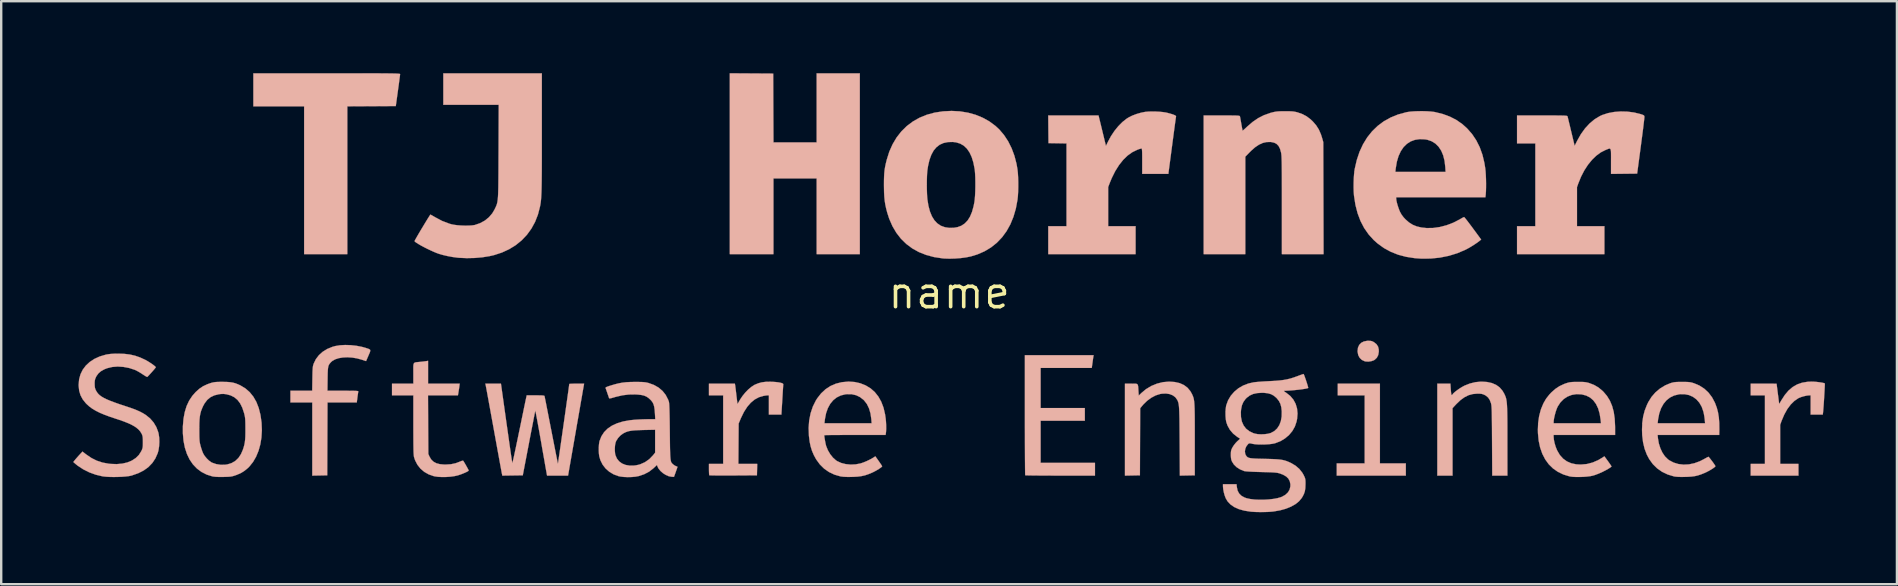
<source format=kicad_pcb>
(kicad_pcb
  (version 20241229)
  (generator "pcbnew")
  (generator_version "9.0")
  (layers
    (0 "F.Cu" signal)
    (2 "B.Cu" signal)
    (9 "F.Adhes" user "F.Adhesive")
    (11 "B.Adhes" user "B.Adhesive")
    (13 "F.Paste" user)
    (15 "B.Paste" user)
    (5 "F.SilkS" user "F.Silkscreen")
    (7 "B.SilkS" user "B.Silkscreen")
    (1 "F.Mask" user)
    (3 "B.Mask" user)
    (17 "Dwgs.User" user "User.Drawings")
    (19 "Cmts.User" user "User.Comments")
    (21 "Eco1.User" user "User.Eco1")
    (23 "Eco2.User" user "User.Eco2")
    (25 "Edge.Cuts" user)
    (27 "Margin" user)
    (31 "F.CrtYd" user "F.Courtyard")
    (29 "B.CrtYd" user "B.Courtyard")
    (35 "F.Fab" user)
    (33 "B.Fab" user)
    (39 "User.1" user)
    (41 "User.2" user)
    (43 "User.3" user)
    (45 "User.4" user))
  (footprint "name"
    (layer "F.Cu")
    (at 36.506 9.149)
    (property "Reference" "name" (at 0 0 0) (layer "F.SilkS") (effects (font (size 1.27 1.27) (thickness 0.15))))
    (attr through_hole)
    (fp_poly (pts (xy 17.949 7.112) (xy 19.029 7.112) (xy 19.029 7.62) (xy 16.15 7.62) (xy 16.15 7.112) (xy 17.314 7.112) (xy 17.314 4.276) (xy 16.192 4.276) (xy 16.192 3.789) (xy 17.949 3.789) (xy 17.949 7.112)) (stroke (width 0.01) (type solid)) (fill yes) (layer "B.SilkS"))
    (fp_poly (pts (xy -7.334 -9.133) (xy -7.329 -7.699) (xy -7.323 -6.265) (xy -5.524 -6.265) (xy -5.524 -9.144) (xy -3.725 -9.144) (xy -3.725 -1.609) (xy -5.524 -1.609) (xy -5.524 -4.763) (xy -7.324 -4.763) (xy -7.324 -1.609) (xy -9.144 -1.609) (xy -9.144 -9.144) (xy -7.334 -9.133)) (stroke (width 0.01) (type solid)) (fill yes) (layer "B.SilkS"))
    (fp_poly (pts (xy 17.552 2.006) (xy 17.616 2.018) (xy 17.676 2.046) (xy 17.707 2.065) (xy 17.808 2.146) (xy 17.872 2.245) (xy 17.901 2.365) (xy 17.903 2.458) (xy 17.879 2.597) (xy 17.822 2.708) (xy 17.734 2.792) (xy 17.693 2.817) (xy 17.588 2.853) (xy 17.469 2.87) (xy 17.356 2.864) (xy 17.314 2.855) (xy 17.196 2.799) (xy 17.106 2.713) (xy 17.046 2.601) (xy 17.02 2.465) (xy 17.018 2.428) (xy 17.035 2.289) (xy 17.086 2.176) (xy 17.167 2.089) (xy 17.279 2.031) (xy 17.417 2.004) (xy 17.466 2.003) (xy 17.552 2.006)) (stroke (width 0.01) (type solid)) (fill yes) (layer "B.SilkS"))
    (fp_poly (pts (xy -25.519 -9.144) (xy -25.139 -9.144) (xy -24.797 -9.144) (xy -24.491 -9.144) (xy -24.22 -9.143) (xy -23.981 -9.143) (xy -23.772 -9.142) (xy -23.591 -9.141) (xy -23.436 -9.14) (xy -23.306 -9.138) (xy -23.197 -9.137) (xy -23.109 -9.135) (xy -23.039 -9.133) (xy -22.984 -9.13) (xy -22.944 -9.127) (xy -22.916 -9.123) (xy -22.898 -9.12) (xy -22.888 -9.115) (xy -22.883 -9.111) (xy -22.883 -9.107) (xy -22.886 -9.077) (xy -22.894 -9.011) (xy -22.907 -8.914) (xy -22.923 -8.792) (xy -22.942 -8.649) (xy -22.964 -8.491) (xy -22.973 -8.424) (xy -23.062 -7.779) (xy -24.072 -7.773) (xy -25.082 -7.768) (xy -25.082 -1.609) (xy -26.882 -1.609) (xy -26.882 -7.768) (xy -28.998 -7.768) (xy -28.998 -9.144) (xy -25.94 -9.144) (xy -25.519 -9.144)) (stroke (width 0.01) (type solid)) (fill yes) (layer "B.SilkS"))
    (fp_poly (pts (xy 6.005 2.683) (xy 5.996 2.741) (xy 5.984 2.826) (xy 5.971 2.921) (xy 5.967 2.947) (xy 5.941 3.133) (xy 3.81 3.133) (xy 3.81 4.805) (xy 5.652 4.805) (xy 5.652 5.334) (xy 3.81 5.334) (xy 3.81 7.091) (xy 6.075 7.091) (xy 6.075 7.62) (xy 4.628 7.62) (xy 4.385 7.62) (xy 4.154 7.619) (xy 3.938 7.618) (xy 3.743 7.617) (xy 3.57 7.616) (xy 3.423 7.614) (xy 3.307 7.612) (xy 3.223 7.61) (xy 3.177 7.607) (xy 3.168 7.606) (xy 3.166 7.583) (xy 3.164 7.521) (xy 3.163 7.422) (xy 3.161 7.288) (xy 3.16 7.122) (xy 3.158 6.927) (xy 3.157 6.706) (xy 3.156 6.461) (xy 3.155 6.194) (xy 3.155 5.909) (xy 3.154 5.608) (xy 3.154 5.293) (xy 3.154 5.098) (xy 3.154 2.603) (xy 6.017 2.603) (xy 6.005 2.683)) (stroke (width 0.01) (type solid)) (fill yes) (layer "B.SilkS"))
    (fp_poly (pts (xy -24.938 2.185) (xy -24.702 2.211) (xy -24.474 2.255) (xy -24.327 2.296) (xy -24.231 2.327) (xy -24.167 2.352) (xy -24.133 2.379) (xy -24.125 2.416) (xy -24.139 2.472) (xy -24.173 2.554) (xy -24.201 2.618) (xy -24.301 2.849) (xy -24.475 2.791) (xy -24.677 2.736) (xy -24.88 2.702) (xy -25.079 2.69) (xy -25.267 2.698) (xy -25.438 2.727) (xy -25.587 2.775) (xy -25.707 2.843) (xy -25.763 2.893) (xy -25.803 2.938) (xy -25.835 2.98) (xy -25.859 3.025) (xy -25.876 3.079) (xy -25.887 3.148) (xy -25.895 3.238) (xy -25.9 3.356) (xy -25.903 3.506) (xy -25.904 3.593) (xy -25.911 4.085) (xy -25.262 4.085) (xy -25.08 4.085) (xy -24.935 4.086) (xy -24.824 4.087) (xy -24.742 4.089) (xy -24.686 4.093) (xy -24.65 4.097) (xy -24.631 4.104) (xy -24.624 4.112) (xy -24.625 4.122) (xy -24.632 4.158) (xy -24.642 4.226) (xy -24.655 4.312) (xy -24.662 4.366) (xy -24.688 4.572) (xy -25.908 4.572) (xy -25.919 7.609) (xy -26.231 7.615) (xy -26.543 7.621) (xy -26.543 4.572) (xy -27.453 4.572) (xy -27.453 4.085) (xy -26.546 4.085) (xy -26.538 3.582) (xy -26.535 3.42) (xy -26.532 3.294) (xy -26.527 3.196) (xy -26.522 3.122) (xy -26.514 3.065) (xy -26.504 3.017) (xy -26.49 2.974) (xy -26.483 2.953) (xy -26.392 2.767) (xy -26.266 2.602) (xy -26.108 2.46) (xy -25.92 2.344) (xy -25.706 2.256) (xy -25.585 2.222) (xy -25.391 2.19) (xy -25.172 2.178) (xy -24.938 2.185)) (stroke (width 0.01) (type solid)) (fill yes) (layer "B.SilkS"))
    (fp_poly (pts (xy 9.403 3.721) (xy 9.607 3.768) (xy 9.782 3.847) (xy 9.929 3.957) (xy 10.048 4.099) (xy 10.117 4.221) (xy 10.138 4.268) (xy 10.157 4.312) (xy 10.173 4.356) (xy 10.187 4.405) (xy 10.198 4.461) (xy 10.208 4.527) (xy 10.215 4.606) (xy 10.221 4.703) (xy 10.226 4.819) (xy 10.229 4.958) (xy 10.232 5.124) (xy 10.233 5.319) (xy 10.234 5.547) (xy 10.234 5.811) (xy 10.234 6.114) (xy 10.234 7.609) (xy 9.923 7.615) (xy 9.612 7.621) (xy 9.603 6.197) (xy 9.601 5.902) (xy 9.599 5.646) (xy 9.597 5.426) (xy 9.595 5.239) (xy 9.591 5.081) (xy 9.587 4.95) (xy 9.582 4.842) (xy 9.576 4.753) (xy 9.568 4.682) (xy 9.559 4.624) (xy 9.548 4.577) (xy 9.535 4.537) (xy 9.521 4.501) (xy 9.503 4.465) (xy 9.503 4.465) (xy 9.426 4.357) (xy 9.318 4.276) (xy 9.185 4.223) (xy 9.032 4.2) (xy 8.863 4.208) (xy 8.789 4.22) (xy 8.606 4.278) (xy 8.424 4.374) (xy 8.249 4.502) (xy 8.088 4.659) (xy 8.046 4.709) (xy 7.959 4.814) (xy 7.948 7.609) (xy 7.636 7.615) (xy 7.324 7.621) (xy 7.324 3.789) (xy 7.587 3.789) (xy 7.699 3.788) (xy 7.777 3.791) (xy 7.827 3.803) (xy 7.856 3.832) (xy 7.871 3.883) (xy 7.879 3.963) (xy 7.885 4.075) (xy 7.899 4.286) (xy 8.014 4.175) (xy 8.207 4.014) (xy 8.426 3.884) (xy 8.663 3.787) (xy 8.91 3.726) (xy 9.161 3.705) (xy 9.172 3.705) (xy 9.403 3.721)) (stroke (width 0.01) (type solid)) (fill yes) (layer "B.SilkS"))
    (fp_poly (pts (xy -7.387 3.711) (xy -7.233 3.721) (xy -7.105 3.736) (xy -7.007 3.756) (xy -6.942 3.779) (xy -6.915 3.805) (xy -6.914 3.812) (xy -6.917 3.84) (xy -6.921 3.905) (xy -6.927 4.001) (xy -6.935 4.122) (xy -6.943 4.264) (xy -6.953 4.419) (xy -6.955 4.461) (xy -6.993 5.08) (xy -7.514 5.08) (xy -7.514 4.276) (xy -7.563 4.276) (xy -7.611 4.279) (xy -7.681 4.289) (xy -7.738 4.299) (xy -7.928 4.354) (xy -8.104 4.448) (xy -8.267 4.582) (xy -8.417 4.755) (xy -8.554 4.968) (xy -8.678 5.221) (xy -8.693 5.258) (xy -8.774 5.45) (xy -8.78 6.292) (xy -8.786 7.133) (xy -8 7.133) (xy -8.012 7.609) (xy -8.997 7.615) (xy -9.198 7.616) (xy -9.385 7.616) (xy -9.555 7.616) (xy -9.704 7.615) (xy -9.826 7.613) (xy -9.919 7.611) (xy -9.978 7.609) (xy -9.998 7.606) (xy -10.003 7.58) (xy -10.008 7.521) (xy -10.011 7.439) (xy -10.012 7.362) (xy -10.012 7.133) (xy -9.419 7.133) (xy -9.419 4.276) (xy -10.012 4.276) (xy -10.012 3.789) (xy -8.933 3.789) (xy -8.923 3.836) (xy -8.917 3.874) (xy -8.908 3.945) (xy -8.896 4.039) (xy -8.883 4.148) (xy -8.879 4.18) (xy -8.866 4.295) (xy -8.853 4.402) (xy -8.842 4.49) (xy -8.834 4.549) (xy -8.833 4.557) (xy -8.821 4.638) (xy -8.713 4.451) (xy -8.616 4.306) (xy -8.501 4.164) (xy -8.375 4.034) (xy -8.247 3.926) (xy -8.125 3.846) (xy -8.102 3.834) (xy -7.957 3.774) (xy -7.81 3.734) (xy -7.649 3.713) (xy -7.464 3.709) (xy -7.387 3.711)) (stroke (width 0.01) (type solid)) (fill yes) (layer "B.SilkS"))
    (fp_poly (pts (xy 22.416 3.72) (xy 22.619 3.765) (xy 22.794 3.841) (xy 22.941 3.948) (xy 23.059 4.086) (xy 23.125 4.199) (xy 23.15 4.25) (xy 23.171 4.298) (xy 23.19 4.347) (xy 23.206 4.4) (xy 23.219 4.461) (xy 23.23 4.531) (xy 23.239 4.615) (xy 23.246 4.715) (xy 23.251 4.836) (xy 23.255 4.98) (xy 23.258 5.149) (xy 23.26 5.349) (xy 23.261 5.581) (xy 23.261 5.849) (xy 23.261 6.154) (xy 23.262 7.62) (xy 22.63 7.62) (xy 22.622 6.175) (xy 22.62 5.889) (xy 22.619 5.643) (xy 22.617 5.432) (xy 22.615 5.254) (xy 22.613 5.105) (xy 22.611 4.983) (xy 22.608 4.884) (xy 22.604 4.805) (xy 22.6 4.742) (xy 22.595 4.693) (xy 22.589 4.655) (xy 22.583 4.623) (xy 22.578 4.604) (xy 22.527 4.47) (xy 22.461 4.37) (xy 22.374 4.295) (xy 22.315 4.261) (xy 22.251 4.233) (xy 22.192 4.216) (xy 22.125 4.208) (xy 22.033 4.205) (xy 22.005 4.205) (xy 21.819 4.222) (xy 21.643 4.27) (xy 21.475 4.354) (xy 21.308 4.474) (xy 21.14 4.634) (xy 21.124 4.651) (xy 20.976 4.809) (xy 20.976 7.62) (xy 20.341 7.62) (xy 20.341 3.789) (xy 20.887 3.789) (xy 20.902 4.022) (xy 20.912 4.14) (xy 20.922 4.218) (xy 20.935 4.259) (xy 20.952 4.266) (xy 20.972 4.241) (xy 20.975 4.235) (xy 21.011 4.191) (xy 21.075 4.134) (xy 21.16 4.068) (xy 21.256 4) (xy 21.356 3.937) (xy 21.451 3.884) (xy 21.472 3.873) (xy 21.696 3.784) (xy 21.929 3.727) (xy 22.159 3.705) (xy 22.183 3.705) (xy 22.416 3.72)) (stroke (width 0.01) (type solid)) (fill yes) (layer "B.SilkS"))
    (fp_poly (pts (xy 36.028 3.707) (xy 36.132 3.715) (xy 36.239 3.727) (xy 36.337 3.741) (xy 36.419 3.756) (xy 36.473 3.772) (xy 36.49 3.78) (xy 36.491 3.803) (xy 36.489 3.861) (xy 36.485 3.948) (xy 36.479 4.059) (xy 36.472 4.185) (xy 36.464 4.322) (xy 36.456 4.462) (xy 36.447 4.599) (xy 36.438 4.726) (xy 36.429 4.838) (xy 36.422 4.927) (xy 36.416 4.987) (xy 36.415 5.001) (xy 36.403 5.08) (xy 35.899 5.08) (xy 35.899 4.276) (xy 35.84 4.276) (xy 35.745 4.285) (xy 35.63 4.31) (xy 35.513 4.344) (xy 35.413 4.383) (xy 35.386 4.396) (xy 35.22 4.51) (xy 35.066 4.662) (xy 34.926 4.85) (xy 34.801 5.074) (xy 34.692 5.33) (xy 34.684 5.351) (xy 34.629 5.506) (xy 34.629 7.133) (xy 35.391 7.133) (xy 35.391 7.62) (xy 33.401 7.62) (xy 33.401 7.133) (xy 33.994 7.133) (xy 33.994 4.276) (xy 33.401 4.276) (xy 33.401 3.789) (xy 33.941 3.789) (xy 34.087 3.789) (xy 34.218 3.79) (xy 34.329 3.79) (xy 34.413 3.792) (xy 34.465 3.793) (xy 34.481 3.794) (xy 34.483 3.816) (xy 34.49 3.873) (xy 34.501 3.959) (xy 34.515 4.068) (xy 34.531 4.193) (xy 34.533 4.212) (xy 34.55 4.339) (xy 34.564 4.452) (xy 34.575 4.543) (xy 34.583 4.606) (xy 34.586 4.634) (xy 34.586 4.635) (xy 34.596 4.623) (xy 34.622 4.581) (xy 34.659 4.517) (xy 34.681 4.479) (xy 34.825 4.257) (xy 34.98 4.074) (xy 35.151 3.929) (xy 35.338 3.821) (xy 35.544 3.749) (xy 35.771 3.711) (xy 35.935 3.704) (xy 36.028 3.707)) (stroke (width 0.01) (type solid)) (fill yes) (layer "B.SilkS"))
    (fp_poly (pts (xy 8.596 -7.551) (xy 8.756 -7.543) (xy 8.903 -7.529) (xy 9.026 -7.511) (xy 9.059 -7.504) (xy 9.219 -7.462) (xy 9.338 -7.425) (xy 9.416 -7.391) (xy 9.451 -7.362) (xy 9.454 -7.348) (xy 9.449 -7.321) (xy 9.44 -7.256) (xy 9.426 -7.157) (xy 9.408 -7.027) (xy 9.387 -6.871) (xy 9.363 -6.693) (xy 9.337 -6.496) (xy 9.309 -6.284) (xy 9.289 -6.133) (xy 9.133 -4.953) (xy 8.588 -4.953) (xy 8.043 -4.953) (xy 8.043 -5.482) (xy 8.043 -5.648) (xy 8.042 -5.776) (xy 8.04 -5.87) (xy 8.036 -5.937) (xy 8.031 -5.979) (xy 8.024 -6.002) (xy 8.015 -6.011) (xy 8.012 -6.011) (xy 7.978 -6.004) (xy 7.917 -5.986) (xy 7.842 -5.959) (xy 7.84 -5.958) (xy 7.633 -5.858) (xy 7.436 -5.718) (xy 7.251 -5.539) (xy 7.079 -5.322) (xy 6.92 -5.07) (xy 6.777 -4.783) (xy 6.696 -4.589) (xy 6.625 -4.404) (xy 6.625 -2.773) (xy 7.768 -2.773) (xy 7.768 -1.609) (xy 4.128 -1.609) (xy 4.128 -2.773) (xy 4.889 -2.773) (xy 4.889 -6.222) (xy 4.514 -6.228) (xy 4.138 -6.234) (xy 4.132 -6.81) (xy 4.127 -7.387) (xy 6.222 -7.387) (xy 6.237 -7.329) (xy 6.246 -7.294) (xy 6.263 -7.223) (xy 6.288 -7.123) (xy 6.318 -7) (xy 6.352 -6.859) (xy 6.389 -6.707) (xy 6.392 -6.694) (xy 6.532 -6.118) (xy 6.616 -6.292) (xy 6.742 -6.526) (xy 6.889 -6.746) (xy 7.05 -6.944) (xy 7.221 -7.116) (xy 7.396 -7.254) (xy 7.472 -7.302) (xy 7.631 -7.382) (xy 7.815 -7.451) (xy 8.009 -7.506) (xy 8.169 -7.537) (xy 8.29 -7.548) (xy 8.436 -7.553) (xy 8.596 -7.551)) (stroke (width 0.01) (type solid)) (fill yes) (layer "B.SilkS"))
    (fp_poly (pts (xy 28.261 -7.547) (xy 28.536 -7.512) (xy 28.8 -7.448) (xy 28.809 -7.445) (xy 28.889 -7.419) (xy 28.936 -7.399) (xy 28.96 -7.378) (xy 28.97 -7.35) (xy 28.972 -7.333) (xy 28.97 -7.301) (xy 28.963 -7.231) (xy 28.951 -7.127) (xy 28.935 -6.993) (xy 28.916 -6.833) (xy 28.893 -6.652) (xy 28.867 -6.454) (xy 28.839 -6.241) (xy 28.823 -6.117) (xy 28.669 -4.964) (xy 28.124 -4.958) (xy 27.58 -4.952) (xy 27.58 -5.482) (xy 27.581 -5.651) (xy 27.58 -5.783) (xy 27.578 -5.879) (xy 27.57 -5.946) (xy 27.557 -5.987) (xy 27.535 -6.005) (xy 27.502 -6.006) (xy 27.458 -5.992) (xy 27.399 -5.968) (xy 27.354 -5.95) (xy 27.157 -5.851) (xy 26.968 -5.713) (xy 26.788 -5.539) (xy 26.62 -5.333) (xy 26.467 -5.098) (xy 26.332 -4.837) (xy 26.217 -4.555) (xy 26.162 -4.4) (xy 26.162 -2.773) (xy 27.305 -2.773) (xy 27.305 -1.609) (xy 23.664 -1.609) (xy 23.664 -2.773) (xy 24.426 -2.773) (xy 24.426 -6.223) (xy 23.664 -6.223) (xy 23.664 -7.387) (xy 24.711 -7.387) (xy 24.949 -7.387) (xy 25.148 -7.387) (xy 25.311 -7.386) (xy 25.443 -7.385) (xy 25.547 -7.383) (xy 25.625 -7.381) (xy 25.682 -7.377) (xy 25.721 -7.373) (xy 25.746 -7.368) (xy 25.76 -7.361) (xy 25.766 -7.353) (xy 25.767 -7.35) (xy 25.775 -7.321) (xy 25.791 -7.256) (xy 25.814 -7.16) (xy 25.843 -7.041) (xy 25.877 -6.902) (xy 25.913 -6.75) (xy 25.921 -6.718) (xy 26.064 -6.122) (xy 26.173 -6.34) (xy 26.327 -6.611) (xy 26.5 -6.851) (xy 26.691 -7.057) (xy 26.896 -7.228) (xy 27.114 -7.36) (xy 27.216 -7.407) (xy 27.451 -7.484) (xy 27.709 -7.533) (xy 27.982 -7.554) (xy 28.261 -7.547)) (stroke (width 0.01) (type solid)) (fill yes) (layer "B.SilkS"))
    (fp_poly (pts (xy -21.717 3.789) (xy -20.399 3.789) (xy -20.413 3.9) (xy -20.425 3.986) (xy -20.441 4.085) (xy -20.45 4.143) (xy -20.473 4.276) (xy -21.719 4.276) (xy -21.713 5.498) (xy -21.706 6.72) (xy -21.656 6.832) (xy -21.585 6.951) (xy -21.491 7.041) (xy -21.371 7.106) (xy -21.221 7.145) (xy -21.038 7.161) (xy -20.987 7.161) (xy -20.763 7.147) (xy -20.56 7.103) (xy -20.385 7.036) (xy -20.322 7.011) (xy -20.274 6.999) (xy -20.254 7) (xy -20.235 7.028) (xy -20.203 7.081) (xy -20.162 7.15) (xy -20.119 7.226) (xy -20.078 7.3) (xy -20.045 7.361) (xy -20.026 7.4) (xy -20.024 7.409) (xy -20.042 7.429) (xy -20.094 7.46) (xy -20.169 7.496) (xy -20.262 7.535) (xy -20.363 7.574) (xy -20.465 7.607) (xy -20.479 7.612) (xy -20.618 7.643) (xy -20.783 7.666) (xy -20.96 7.678) (xy -21.137 7.68) (xy -21.302 7.672) (xy -21.442 7.652) (xy -21.477 7.644) (xy -21.688 7.571) (xy -21.875 7.465) (xy -22.034 7.33) (xy -22.162 7.168) (xy -22.258 6.982) (xy -22.3 6.855) (xy -22.307 6.823) (xy -22.312 6.779) (xy -22.317 6.719) (xy -22.321 6.64) (xy -22.324 6.54) (xy -22.326 6.414) (xy -22.328 6.259) (xy -22.329 6.073) (xy -22.33 5.852) (xy -22.331 5.593) (xy -22.331 5.509) (xy -22.331 4.276) (xy -23.22 4.276) (xy -23.22 3.789) (xy -22.331 3.789) (xy -22.331 3.355) (xy -22.332 3.207) (xy -22.332 3.096) (xy -22.328 3.016) (xy -22.317 2.961) (xy -22.294 2.926) (xy -22.257 2.906) (xy -22.201 2.895) (xy -22.123 2.888) (xy -22.024 2.879) (xy -21.929 2.868) (xy -21.845 2.858) (xy -21.784 2.849) (xy -21.765 2.846) (xy -21.717 2.836) (xy -21.717 3.789)) (stroke (width 0.01) (type solid)) (fill yes) (layer "B.SilkS"))
    (fp_poly (pts (xy 14.132 -7.563) (xy 14.241 -7.56) (xy 14.327 -7.554) (xy 14.4 -7.543) (xy 14.469 -7.528) (xy 14.506 -7.519) (xy 14.71 -7.448) (xy 14.889 -7.355) (xy 15.054 -7.231) (xy 15.147 -7.144) (xy 15.291 -6.979) (xy 15.405 -6.799) (xy 15.494 -6.594) (xy 15.541 -6.445) (xy 15.589 -6.276) (xy 15.595 -3.942) (xy 15.601 -1.609) (xy 13.864 -1.609) (xy 13.864 -3.642) (xy 13.864 -3.987) (xy 13.864 -4.294) (xy 13.863 -4.563) (xy 13.863 -4.797) (xy 13.862 -5) (xy 13.86 -5.174) (xy 13.859 -5.321) (xy 13.857 -5.444) (xy 13.854 -5.546) (xy 13.851 -5.629) (xy 13.848 -5.696) (xy 13.843 -5.749) (xy 13.839 -5.792) (xy 13.833 -5.826) (xy 13.831 -5.838) (xy 13.788 -5.994) (xy 13.728 -6.113) (xy 13.647 -6.198) (xy 13.543 -6.253) (xy 13.413 -6.281) (xy 13.381 -6.283) (xy 13.219 -6.278) (xy 13.063 -6.241) (xy 12.907 -6.169) (xy 12.748 -6.062) (xy 12.582 -5.916) (xy 12.525 -5.859) (xy 12.34 -5.669) (xy 12.34 -1.609) (xy 10.604 -1.609) (xy 10.604 -7.387) (xy 11.354 -7.387) (xy 11.553 -7.387) (xy 11.713 -7.387) (xy 11.84 -7.385) (xy 11.936 -7.384) (xy 12.007 -7.381) (xy 12.055 -7.377) (xy 12.087 -7.371) (xy 12.105 -7.364) (xy 12.113 -7.356) (xy 12.116 -7.35) (xy 12.123 -7.316) (xy 12.136 -7.249) (xy 12.152 -7.159) (xy 12.17 -7.055) (xy 12.173 -7.038) (xy 12.191 -6.935) (xy 12.207 -6.849) (xy 12.219 -6.786) (xy 12.226 -6.756) (xy 12.226 -6.755) (xy 12.243 -6.765) (xy 12.285 -6.8) (xy 12.344 -6.853) (xy 12.416 -6.92) (xy 12.422 -6.926) (xy 12.646 -7.119) (xy 12.874 -7.275) (xy 13.112 -7.397) (xy 13.369 -7.489) (xy 13.438 -7.508) (xy 13.523 -7.529) (xy 13.598 -7.544) (xy 13.676 -7.554) (xy 13.766 -7.56) (xy 13.88 -7.563) (xy 13.991 -7.563) (xy 14.132 -7.563)) (stroke (width 0.01) (type solid)) (fill yes) (layer "B.SilkS"))
    (fp_poly (pts (xy -16.976 -6.67) (xy -16.976 -6.272) (xy -16.976 -5.915) (xy -16.976 -5.595) (xy -16.977 -5.31) (xy -16.978 -5.057) (xy -16.98 -4.834) (xy -16.982 -4.638) (xy -16.985 -4.467) (xy -16.988 -4.318) (xy -16.992 -4.19) (xy -16.997 -4.078) (xy -17.002 -3.982) (xy -17.008 -3.898) (xy -17.016 -3.823) (xy -17.024 -3.756) (xy -17.033 -3.694) (xy -17.044 -3.635) (xy -17.053 -3.588) (xy -17.138 -3.258) (xy -17.258 -2.952) (xy -17.412 -2.67) (xy -17.598 -2.414) (xy -17.815 -2.185) (xy -18.061 -1.985) (xy -18.336 -1.815) (xy -18.637 -1.676) (xy -18.964 -1.569) (xy -19.154 -1.525) (xy -19.453 -1.477) (xy -19.774 -1.449) (xy -20.101 -1.442) (xy -20.417 -1.455) (xy -20.508 -1.464) (xy -20.701 -1.49) (xy -20.905 -1.528) (xy -21.101 -1.574) (xy -21.264 -1.621) (xy -21.367 -1.658) (xy -21.486 -1.708) (xy -21.614 -1.766) (xy -21.747 -1.829) (xy -21.877 -1.895) (xy -21.999 -1.96) (xy -22.106 -2.022) (xy -22.193 -2.076) (xy -22.254 -2.119) (xy -22.281 -2.15) (xy -22.281 -2.15) (xy -22.272 -2.171) (xy -22.245 -2.223) (xy -22.201 -2.3) (xy -22.145 -2.397) (xy -22.08 -2.508) (xy -22.009 -2.628) (xy -21.935 -2.751) (xy -21.862 -2.872) (xy -21.793 -2.986) (xy -21.731 -3.087) (xy -21.679 -3.169) (xy -21.641 -3.228) (xy -21.621 -3.256) (xy -21.602 -3.249) (xy -21.554 -3.223) (xy -21.486 -3.184) (xy -21.423 -3.147) (xy -21.133 -2.993) (xy -20.842 -2.882) (xy -20.747 -2.854) (xy -20.634 -2.831) (xy -20.494 -2.813) (xy -20.339 -2.801) (xy -20.18 -2.796) (xy -20.028 -2.797) (xy -19.893 -2.805) (xy -19.786 -2.82) (xy -19.77 -2.823) (xy -19.549 -2.899) (xy -19.352 -3.006) (xy -19.182 -3.144) (xy -19.04 -3.31) (xy -18.944 -3.474) (xy -18.919 -3.527) (xy -18.896 -3.575) (xy -18.876 -3.62) (xy -18.859 -3.665) (xy -18.844 -3.714) (xy -18.831 -3.768) (xy -18.821 -3.832) (xy -18.812 -3.906) (xy -18.804 -3.995) (xy -18.798 -4.101) (xy -18.794 -4.228) (xy -18.79 -4.377) (xy -18.788 -4.551) (xy -18.786 -4.754) (xy -18.784 -4.988) (xy -18.783 -5.256) (xy -18.782 -5.561) (xy -18.78 -5.89) (xy -18.773 -7.832) (xy -21.082 -7.832) (xy -21.082 -9.144) (xy -16.976 -9.144) (xy -16.976 -6.67)) (stroke (width 0.01) (type solid)) (fill yes) (layer "B.SilkS"))
    (fp_poly (pts (xy 26.325 3.716) (xy 26.424 3.719) (xy 26.502 3.726) (xy 26.569 3.737) (xy 26.636 3.754) (xy 26.67 3.764) (xy 26.875 3.843) (xy 27.054 3.947) (xy 27.221 4.085) (xy 27.263 4.125) (xy 27.412 4.301) (xy 27.533 4.498) (xy 27.626 4.719) (xy 27.693 4.966) (xy 27.733 5.243) (xy 27.749 5.552) (xy 27.75 5.602) (xy 27.75 5.927) (xy 25.188 5.927) (xy 25.188 6.002) (xy 25.199 6.125) (xy 25.229 6.27) (xy 25.274 6.42) (xy 25.33 6.56) (xy 25.341 6.582) (xy 25.45 6.766) (xy 25.584 6.915) (xy 25.741 7.028) (xy 25.923 7.107) (xy 26.128 7.151) (xy 26.323 7.161) (xy 26.575 7.138) (xy 26.816 7.075) (xy 27.051 6.972) (xy 27.185 6.893) (xy 27.304 6.817) (xy 27.385 6.927) (xy 27.471 7.045) (xy 27.533 7.133) (xy 27.574 7.193) (xy 27.595 7.23) (xy 27.6 7.245) (xy 27.6 7.246) (xy 27.5 7.317) (xy 27.371 7.392) (xy 27.224 7.467) (xy 27.071 7.535) (xy 26.925 7.591) (xy 26.829 7.621) (xy 26.72 7.644) (xy 26.582 7.661) (xy 26.428 7.673) (xy 26.267 7.678) (xy 26.113 7.678) (xy 25.976 7.671) (xy 25.867 7.656) (xy 25.853 7.653) (xy 25.597 7.575) (xy 25.366 7.464) (xy 25.162 7.322) (xy 24.985 7.148) (xy 24.837 6.944) (xy 24.717 6.711) (xy 24.626 6.451) (xy 24.565 6.164) (xy 24.535 5.851) (xy 24.532 5.703) (xy 24.543 5.44) (xy 25.188 5.44) (xy 27.162 5.44) (xy 27.147 5.297) (xy 27.107 5.042) (xy 27.043 4.821) (xy 26.954 4.635) (xy 26.841 4.483) (xy 26.705 4.366) (xy 26.544 4.284) (xy 26.36 4.237) (xy 26.347 4.235) (xy 26.142 4.226) (xy 25.948 4.257) (xy 25.769 4.326) (xy 25.61 4.43) (xy 25.472 4.569) (xy 25.361 4.739) (xy 25.343 4.776) (xy 25.306 4.867) (xy 25.268 4.982) (xy 25.235 5.106) (xy 25.208 5.227) (xy 25.192 5.33) (xy 25.189 5.382) (xy 25.188 5.44) (xy 24.543 5.44) (xy 24.545 5.413) (xy 24.583 5.148) (xy 24.648 4.897) (xy 24.671 4.829) (xy 24.763 4.609) (xy 24.874 4.417) (xy 25.012 4.241) (xy 25.091 4.157) (xy 25.26 4.008) (xy 25.436 3.891) (xy 25.633 3.8) (xy 25.714 3.771) (xy 25.783 3.75) (xy 25.846 3.735) (xy 25.912 3.725) (xy 25.993 3.719) (xy 26.099 3.717) (xy 26.194 3.716) (xy 26.325 3.716)) (stroke (width 0.01) (type solid)) (fill yes) (layer "B.SilkS"))
    (fp_poly (pts (xy 30.673 3.717) (xy 30.771 3.72) (xy 30.846 3.726) (xy 30.909 3.736) (xy 30.97 3.751) (xy 31.039 3.773) (xy 31.041 3.773) (xy 31.268 3.87) (xy 31.469 4.001) (xy 31.644 4.164) (xy 31.791 4.359) (xy 31.912 4.587) (xy 31.989 4.794) (xy 32.039 4.986) (xy 32.073 5.195) (xy 32.091 5.427) (xy 32.094 5.691) (xy 32.093 5.773) (xy 32.089 5.927) (xy 29.522 5.927) (xy 29.535 6.061) (xy 29.572 6.278) (xy 29.636 6.481) (xy 29.722 6.664) (xy 29.829 6.82) (xy 29.953 6.943) (xy 30.005 6.981) (xy 30.189 7.078) (xy 30.39 7.139) (xy 30.605 7.164) (xy 30.828 7.153) (xy 31.055 7.105) (xy 31.282 7.022) (xy 31.456 6.933) (xy 31.532 6.89) (xy 31.594 6.857) (xy 31.634 6.839) (xy 31.642 6.837) (xy 31.66 6.853) (xy 31.696 6.895) (xy 31.743 6.956) (xy 31.796 7.025) (xy 31.848 7.096) (xy 31.892 7.16) (xy 31.922 7.208) (xy 31.932 7.226) (xy 31.919 7.249) (xy 31.876 7.286) (xy 31.81 7.332) (xy 31.727 7.383) (xy 31.634 7.435) (xy 31.541 7.483) (xy 31.476 7.512) (xy 31.33 7.571) (xy 31.2 7.613) (xy 31.073 7.643) (xy 30.936 7.661) (xy 30.778 7.672) (xy 30.66 7.675) (xy 30.483 7.676) (xy 30.341 7.671) (xy 30.237 7.66) (xy 30.205 7.654) (xy 29.943 7.575) (xy 29.709 7.463) (xy 29.503 7.319) (xy 29.324 7.143) (xy 29.173 6.935) (xy 29.073 6.747) (xy 28.979 6.501) (xy 28.915 6.231) (xy 28.879 5.935) (xy 28.872 5.704) (xy 28.883 5.44) (xy 29.523 5.44) (xy 31.5 5.44) (xy 31.485 5.276) (xy 31.471 5.167) (xy 31.45 5.048) (xy 31.43 4.957) (xy 31.361 4.756) (xy 31.263 4.585) (xy 31.14 4.445) (xy 30.994 4.337) (xy 30.827 4.264) (xy 30.643 4.228) (xy 30.444 4.23) (xy 30.406 4.235) (xy 30.213 4.282) (xy 30.041 4.365) (xy 29.892 4.482) (xy 29.767 4.632) (xy 29.666 4.814) (xy 29.591 5.026) (xy 29.543 5.268) (xy 29.538 5.308) (xy 29.523 5.44) (xy 28.883 5.44) (xy 28.883 5.417) (xy 28.921 5.155) (xy 28.985 4.909) (xy 29.08 4.668) (xy 29.132 4.561) (xy 29.266 4.344) (xy 29.432 4.152) (xy 29.626 3.989) (xy 29.844 3.857) (xy 30.046 3.773) (xy 30.116 3.751) (xy 30.177 3.736) (xy 30.24 3.726) (xy 30.314 3.72) (xy 30.411 3.717) (xy 30.54 3.717) (xy 30.544 3.717) (xy 30.673 3.717)) (stroke (width 0.01) (type solid)) (fill yes) (layer "B.SilkS"))
    (fp_poly (pts (xy -3.935 3.721) (xy -3.708 3.772) (xy -3.486 3.86) (xy -3.476 3.865) (xy -3.276 3.986) (xy -3.101 4.14) (xy -2.953 4.326) (xy -2.831 4.543) (xy -2.737 4.791) (xy -2.672 5.069) (xy -2.647 5.241) (xy -2.634 5.382) (xy -2.627 5.527) (xy -2.626 5.664) (xy -2.631 5.782) (xy -2.638 5.847) (xy -2.651 5.927) (xy -3.929 5.927) (xy -4.157 5.927) (xy -4.373 5.927) (xy -4.571 5.928) (xy -4.749 5.929) (xy -4.903 5.93) (xy -5.03 5.931) (xy -5.125 5.933) (xy -5.185 5.934) (xy -5.207 5.936) (xy -5.207 5.936) (xy -5.203 5.988) (xy -5.192 6.068) (xy -5.176 6.162) (xy -5.158 6.256) (xy -5.141 6.336) (xy -5.129 6.382) (xy -5.056 6.563) (xy -4.959 6.729) (xy -4.843 6.873) (xy -4.716 6.986) (xy -4.661 7.021) (xy -4.498 7.095) (xy -4.311 7.142) (xy -4.109 7.162) (xy -3.902 7.153) (xy -3.7 7.115) (xy -3.696 7.114) (xy -3.574 7.073) (xy -3.434 7.015) (xy -3.294 6.947) (xy -3.17 6.877) (xy -3.142 6.859) (xy -3.078 6.817) (xy -2.936 7.016) (xy -2.88 7.097) (xy -2.834 7.165) (xy -2.804 7.214) (xy -2.794 7.235) (xy -2.812 7.258) (xy -2.859 7.295) (xy -2.927 7.341) (xy -3.01 7.392) (xy -3.098 7.441) (xy -3.183 7.484) (xy -3.201 7.492) (xy -3.363 7.56) (xy -3.511 7.61) (xy -3.659 7.643) (xy -3.82 7.664) (xy -4.006 7.674) (xy -4.053 7.675) (xy -4.245 7.676) (xy -4.396 7.67) (xy -4.509 7.657) (xy -4.53 7.653) (xy -4.781 7.581) (xy -5.008 7.473) (xy -5.212 7.331) (xy -5.39 7.155) (xy -5.543 6.946) (xy -5.643 6.763) (xy -5.718 6.586) (xy -5.774 6.406) (xy -5.815 6.211) (xy -5.843 5.988) (xy -5.846 5.964) (xy -5.858 5.636) (xy -5.844 5.44) (xy -5.199 5.44) (xy -3.232 5.44) (xy -3.245 5.271) (xy -3.279 5.032) (xy -3.341 4.821) (xy -3.429 4.639) (xy -3.545 4.489) (xy -3.563 4.471) (xy -3.712 4.352) (xy -3.879 4.271) (xy -4.063 4.23) (xy -4.262 4.227) (xy -4.329 4.234) (xy -4.518 4.281) (xy -4.687 4.363) (xy -4.834 4.48) (xy -4.958 4.63) (xy -5.057 4.811) (xy -5.131 5.022) (xy -5.178 5.262) (xy -5.181 5.286) (xy -5.199 5.44) (xy -5.844 5.44) (xy -5.835 5.322) (xy -5.776 5.024) (xy -5.683 4.746) (xy -5.556 4.49) (xy -5.499 4.4) (xy -5.337 4.193) (xy -5.153 4.022) (xy -4.947 3.887) (xy -4.72 3.789) (xy -4.473 3.728) (xy -4.208 3.704) (xy -4.178 3.704) (xy -3.935 3.721)) (stroke (width 0.01) (type solid)) (fill yes) (layer "B.SilkS"))
    (fp_poly (pts (xy 0.45 -7.558) (xy 0.785 -7.503) (xy 1.103 -7.415) (xy 1.401 -7.292) (xy 1.678 -7.137) (xy 1.929 -6.951) (xy 2.085 -6.806) (xy 2.282 -6.575) (xy 2.455 -6.313) (xy 2.601 -6.022) (xy 2.718 -5.708) (xy 2.805 -5.373) (xy 2.844 -5.15) (xy 2.861 -4.997) (xy 2.872 -4.814) (xy 2.878 -4.613) (xy 2.878 -4.405) (xy 2.873 -4.204) (xy 2.862 -4.02) (xy 2.846 -3.873) (xy 2.777 -3.504) (xy 2.677 -3.163) (xy 2.548 -2.849) (xy 2.389 -2.564) (xy 2.201 -2.308) (xy 1.986 -2.083) (xy 1.743 -1.889) (xy 1.473 -1.727) (xy 1.178 -1.598) (xy 0.904 -1.514) (xy 0.707 -1.474) (xy 0.484 -1.444) (xy 0.248 -1.426) (xy 0.014 -1.419) (xy -0.203 -1.426) (xy -0.275 -1.432) (xy -0.63 -1.486) (xy -0.959 -1.574) (xy -1.262 -1.694) (xy -1.538 -1.847) (xy -1.787 -2.032) (xy -2.009 -2.249) (xy -2.202 -2.497) (xy -2.366 -2.776) (xy -2.501 -3.085) (xy -2.582 -3.337) (xy -2.627 -3.508) (xy -2.662 -3.669) (xy -2.687 -3.828) (xy -2.704 -3.997) (xy -2.714 -4.183) (xy -2.718 -4.399) (xy -2.719 -4.487) (xy -2.719 -4.496) (xy -0.933 -4.496) (xy -0.931 -4.32) (xy -0.926 -4.154) (xy -0.919 -4.008) (xy -0.909 -3.894) (xy -0.865 -3.621) (xy -0.802 -3.385) (xy -0.72 -3.186) (xy -0.619 -3.022) (xy -0.498 -2.893) (xy -0.357 -2.797) (xy -0.338 -2.787) (xy -0.174 -2.729) (xy 0.009 -2.702) (xy 0.201 -2.708) (xy 0.349 -2.734) (xy 0.508 -2.793) (xy 0.647 -2.885) (xy 0.767 -3.01) (xy 0.868 -3.171) (xy 0.951 -3.369) (xy 1.016 -3.603) (xy 1.051 -3.781) (xy 1.066 -3.903) (xy 1.078 -4.057) (xy 1.086 -4.234) (xy 1.09 -4.422) (xy 1.09 -4.613) (xy 1.087 -4.796) (xy 1.079 -4.962) (xy 1.068 -5.1) (xy 1.061 -5.154) (xy 1.008 -5.423) (xy 0.937 -5.655) (xy 0.846 -5.849) (xy 0.736 -6.007) (xy 0.606 -6.129) (xy 0.456 -6.215) (xy 0.285 -6.267) (xy 0.152 -6.283) (xy -0.053 -6.278) (xy -0.235 -6.24) (xy -0.395 -6.169) (xy -0.533 -6.063) (xy -0.65 -5.923) (xy -0.746 -5.746) (xy -0.823 -5.534) (xy -0.881 -5.284) (xy -0.91 -5.093) (xy -0.92 -4.981) (xy -0.927 -4.837) (xy -0.931 -4.672) (xy -0.933 -4.496) (xy -2.719 -4.496) (xy -2.718 -4.684) (xy -2.713 -4.847) (xy -2.705 -4.988) (xy -2.692 -5.116) (xy -2.672 -5.24) (xy -2.645 -5.37) (xy -2.609 -5.516) (xy -2.604 -5.538) (xy -2.497 -5.878) (xy -2.358 -6.189) (xy -2.19 -6.472) (xy -1.992 -6.724) (xy -1.767 -6.946) (xy -1.514 -7.136) (xy -1.236 -7.293) (xy -0.933 -7.417) (xy -0.606 -7.506) (xy -0.257 -7.559) (xy 0.102 -7.576) (xy 0.45 -7.558)) (stroke (width 0.01) (type solid)) (fill yes) (layer "B.SilkS"))
    (fp_poly (pts (xy 19.912 -7.562) (xy 20.076 -7.551) (xy 20.214 -7.534) (xy 20.246 -7.528) (xy 20.572 -7.447) (xy 20.869 -7.337) (xy 21.138 -7.198) (xy 21.383 -7.028) (xy 21.581 -6.85) (xy 21.789 -6.613) (xy 21.965 -6.351) (xy 22.109 -6.064) (xy 22.222 -5.749) (xy 22.304 -5.406) (xy 22.34 -5.179) (xy 22.353 -5.053) (xy 22.363 -4.898) (xy 22.37 -4.726) (xy 22.373 -4.55) (xy 22.372 -4.381) (xy 22.368 -4.231) (xy 22.36 -4.111) (xy 22.36 -4.109) (xy 22.346 -3.979) (xy 18.627 -3.979) (xy 18.627 -3.925) (xy 18.635 -3.852) (xy 18.656 -3.753) (xy 18.688 -3.639) (xy 18.727 -3.522) (xy 18.768 -3.414) (xy 18.79 -3.365) (xy 18.854 -3.251) (xy 18.934 -3.145) (xy 19.016 -3.057) (xy 19.162 -2.929) (xy 19.316 -2.832) (xy 19.486 -2.763) (xy 19.679 -2.718) (xy 19.898 -2.695) (xy 20.168 -2.699) (xy 20.448 -2.739) (xy 20.731 -2.813) (xy 21.01 -2.92) (xy 21.278 -3.058) (xy 21.313 -3.079) (xy 21.379 -3.117) (xy 21.431 -3.144) (xy 21.458 -3.154) (xy 21.476 -3.137) (xy 21.515 -3.091) (xy 21.572 -3.019) (xy 21.643 -2.926) (xy 21.726 -2.817) (xy 21.817 -2.695) (xy 21.824 -2.685) (xy 22.169 -2.216) (xy 22.107 -2.165) (xy 22.009 -2.091) (xy 21.885 -2.007) (xy 21.749 -1.922) (xy 21.614 -1.844) (xy 21.515 -1.792) (xy 21.178 -1.648) (xy 20.82 -1.538) (xy 20.445 -1.463) (xy 20.058 -1.424) (xy 19.663 -1.422) (xy 19.399 -1.441) (xy 19.041 -1.497) (xy 18.707 -1.585) (xy 18.399 -1.708) (xy 18.113 -1.864) (xy 17.849 -2.056) (xy 17.692 -2.196) (xy 17.477 -2.433) (xy 17.293 -2.697) (xy 17.141 -2.989) (xy 17.02 -3.309) (xy 16.93 -3.657) (xy 16.871 -4.034) (xy 16.868 -4.063) (xy 16.857 -4.213) (xy 16.853 -4.387) (xy 16.854 -4.574) (xy 16.86 -4.762) (xy 16.872 -4.938) (xy 16.883 -5.038) (xy 18.592 -5.038) (xy 20.686 -5.038) (xy 20.673 -5.244) (xy 20.643 -5.5) (xy 20.586 -5.725) (xy 20.503 -5.921) (xy 20.395 -6.084) (xy 20.263 -6.215) (xy 20.107 -6.312) (xy 19.929 -6.374) (xy 19.826 -6.392) (xy 19.61 -6.401) (xy 19.412 -6.372) (xy 19.233 -6.307) (xy 19.074 -6.205) (xy 18.935 -6.069) (xy 18.819 -5.898) (xy 18.725 -5.694) (xy 18.655 -5.458) (xy 18.61 -5.191) (xy 18.592 -5.038) (xy 16.883 -5.038) (xy 16.889 -5.091) (xy 16.9 -5.162) (xy 16.986 -5.533) (xy 17.101 -5.876) (xy 17.247 -6.19) (xy 17.421 -6.474) (xy 17.624 -6.728) (xy 17.854 -6.951) (xy 18.111 -7.143) (xy 18.394 -7.301) (xy 18.702 -7.427) (xy 19.036 -7.518) (xy 19.084 -7.528) (xy 19.212 -7.547) (xy 19.37 -7.559) (xy 19.547 -7.566) (xy 19.731 -7.567) (xy 19.912 -7.562)) (stroke (width 0.01) (type solid)) (fill yes) (layer "B.SilkS"))
    (fp_poly (pts (xy -30.117 3.717) (xy -29.976 3.727) (xy -29.856 3.745) (xy -29.747 3.774) (xy -29.636 3.817) (xy -29.538 3.862) (xy -29.33 3.987) (xy -29.15 4.144) (xy -28.997 4.333) (xy -28.871 4.554) (xy -28.773 4.807) (xy -28.701 5.093) (xy -28.656 5.411) (xy -28.655 5.425) (xy -28.643 5.735) (xy -28.661 6.035) (xy -28.708 6.321) (xy -28.783 6.589) (xy -28.885 6.835) (xy -29.012 7.054) (xy -29.164 7.243) (xy -29.228 7.307) (xy -29.368 7.422) (xy -29.515 7.513) (xy -29.685 7.588) (xy -29.75 7.611) (xy -29.821 7.634) (xy -29.885 7.651) (xy -29.952 7.662) (xy -30.034 7.669) (xy -30.138 7.673) (xy -30.247 7.676) (xy -30.427 7.677) (xy -30.568 7.671) (xy -30.673 7.659) (xy -30.702 7.654) (xy -30.942 7.579) (xy -31.157 7.47) (xy -31.348 7.328) (xy -31.514 7.155) (xy -31.654 6.951) (xy -31.766 6.718) (xy -31.851 6.458) (xy -31.908 6.171) (xy -31.935 5.86) (xy -31.935 5.715) (xy -31.251 5.715) (xy -31.25 5.873) (xy -31.249 5.996) (xy -31.245 6.092) (xy -31.24 6.168) (xy -31.232 6.233) (xy -31.22 6.295) (xy -31.204 6.359) (xy -31.195 6.394) (xy -31.164 6.497) (xy -31.129 6.6) (xy -31.095 6.684) (xy -31.083 6.71) (xy -31.022 6.807) (xy -30.939 6.906) (xy -30.847 6.995) (xy -30.756 7.062) (xy -30.723 7.08) (xy -30.548 7.141) (xy -30.357 7.171) (xy -30.163 7.166) (xy -30.074 7.152) (xy -29.897 7.095) (xy -29.746 7.006) (xy -29.618 6.883) (xy -29.514 6.725) (xy -29.438 6.551) (xy -29.402 6.442) (xy -29.374 6.339) (xy -29.354 6.234) (xy -29.34 6.119) (xy -29.332 5.985) (xy -29.329 5.824) (xy -29.329 5.662) (xy -29.33 5.509) (xy -29.332 5.39) (xy -29.336 5.297) (xy -29.342 5.221) (xy -29.352 5.155) (xy -29.366 5.089) (xy -29.384 5.016) (xy -29.386 5.011) (xy -29.458 4.793) (xy -29.548 4.612) (xy -29.659 4.466) (xy -29.792 4.355) (xy -29.948 4.277) (xy -30.128 4.229) (xy -30.13 4.229) (xy -30.243 4.216) (xy -30.354 4.22) (xy -30.434 4.23) (xy -30.622 4.276) (xy -30.783 4.353) (xy -30.917 4.463) (xy -31.029 4.608) (xy -31.096 4.731) (xy -31.143 4.84) (xy -31.181 4.941) (xy -31.208 5.044) (xy -31.228 5.155) (xy -31.241 5.281) (xy -31.248 5.431) (xy -31.251 5.612) (xy -31.251 5.715) (xy -31.935 5.715) (xy -31.935 5.567) (xy -31.909 5.255) (xy -31.857 4.975) (xy -31.78 4.723) (xy -31.674 4.498) (xy -31.54 4.296) (xy -31.401 4.138) (xy -31.25 4.002) (xy -31.093 3.897) (xy -30.917 3.814) (xy -30.776 3.764) (xy -30.708 3.745) (xy -30.643 3.731) (xy -30.572 3.722) (xy -30.485 3.717) (xy -30.372 3.715) (xy -30.29 3.715) (xy -30.117 3.717)) (stroke (width 0.01) (type solid)) (fill yes) (layer "B.SilkS"))
    (fp_poly (pts (xy -34.378 2.547) (xy -34.145 2.575) (xy -33.929 2.624) (xy -33.719 2.697) (xy -33.504 2.796) (xy -33.492 2.802) (xy -33.405 2.851) (xy -33.315 2.907) (xy -33.228 2.964) (xy -33.153 3.019) (xy -33.096 3.065) (xy -33.066 3.098) (xy -33.063 3.107) (xy -33.076 3.127) (xy -33.112 3.172) (xy -33.163 3.232) (xy -33.223 3.3) (xy -33.286 3.369) (xy -33.343 3.432) (xy -33.389 3.48) (xy -33.417 3.507) (xy -33.422 3.509) (xy -33.445 3.501) (xy -33.495 3.473) (xy -33.564 3.43) (xy -33.626 3.389) (xy -33.718 3.33) (xy -33.813 3.275) (xy -33.895 3.232) (xy -33.93 3.216) (xy -34.171 3.137) (xy -34.414 3.091) (xy -34.652 3.076) (xy -34.88 3.094) (xy -35.09 3.145) (xy -35.207 3.191) (xy -35.347 3.269) (xy -35.452 3.359) (xy -35.532 3.468) (xy -35.554 3.51) (xy -35.586 3.582) (xy -35.603 3.646) (xy -35.611 3.722) (xy -35.612 3.799) (xy -35.608 3.897) (xy -35.598 3.969) (xy -35.576 4.033) (xy -35.554 4.078) (xy -35.513 4.147) (xy -35.463 4.211) (xy -35.401 4.271) (xy -35.323 4.328) (xy -35.225 4.386) (xy -35.105 4.444) (xy -34.958 4.506) (xy -34.782 4.572) (xy -34.573 4.646) (xy -34.328 4.727) (xy -34.248 4.753) (xy -34.042 4.823) (xy -33.869 4.89) (xy -33.721 4.956) (xy -33.589 5.026) (xy -33.484 5.092) (xy -33.304 5.236) (xy -33.155 5.407) (xy -33.039 5.602) (xy -32.96 5.815) (xy -32.944 5.884) (xy -32.921 6.043) (xy -32.916 6.22) (xy -32.926 6.399) (xy -32.951 6.565) (xy -32.984 6.685) (xy -33.081 6.904) (xy -33.209 7.096) (xy -33.37 7.263) (xy -33.564 7.404) (xy -33.791 7.52) (xy -34.053 7.612) (xy -34.095 7.624) (xy -34.193 7.643) (xy -34.324 7.658) (xy -34.477 7.67) (xy -34.644 7.676) (xy -34.815 7.679) (xy -34.98 7.676) (xy -35.129 7.668) (xy -35.254 7.655) (xy -35.282 7.651) (xy -35.564 7.584) (xy -35.837 7.485) (xy -36.092 7.357) (xy -36.322 7.205) (xy -36.417 7.128) (xy -36.501 7.054) (xy -36.444 6.983) (xy -36.404 6.934) (xy -36.345 6.867) (xy -36.279 6.792) (xy -36.254 6.765) (xy -36.119 6.619) (xy -35.961 6.741) (xy -35.744 6.888) (xy -35.52 7) (xy -35.28 7.078) (xy -35.017 7.126) (xy -34.945 7.133) (xy -34.693 7.142) (xy -34.459 7.121) (xy -34.247 7.072) (xy -34.06 6.994) (xy -33.899 6.889) (xy -33.768 6.76) (xy -33.672 6.608) (xy -33.641 6.545) (xy -33.622 6.492) (xy -33.61 6.439) (xy -33.604 6.374) (xy -33.602 6.285) (xy -33.602 6.223) (xy -33.603 6.112) (xy -33.608 6.033) (xy -33.617 5.974) (xy -33.632 5.924) (xy -33.652 5.879) (xy -33.712 5.781) (xy -33.792 5.691) (xy -33.895 5.607) (xy -34.026 5.527) (xy -34.187 5.448) (xy -34.382 5.369) (xy -34.614 5.288) (xy -34.703 5.259) (xy -34.971 5.17) (xy -35.201 5.085) (xy -35.398 5.002) (xy -35.567 4.917) (xy -35.713 4.83) (xy -35.838 4.737) (xy -35.949 4.636) (xy -35.981 4.603) (xy -36.11 4.442) (xy -36.2 4.273) (xy -36.256 4.089) (xy -36.278 3.884) (xy -36.279 3.831) (xy -36.259 3.606) (xy -36.201 3.398) (xy -36.107 3.206) (xy -35.978 3.035) (xy -35.816 2.885) (xy -35.623 2.758) (xy -35.4 2.656) (xy -35.149 2.582) (xy -35.105 2.572) (xy -34.955 2.551) (xy -34.767 2.539) (xy -34.639 2.538) (xy -34.378 2.547)) (stroke (width 0.01) (type solid)) (fill yes) (layer "B.SilkS"))
    (fp_poly (pts (xy -15.225 3.847) (xy -15.23 3.876) (xy -15.242 3.944) (xy -15.26 4.047) (xy -15.284 4.183) (xy -15.312 4.348) (xy -15.346 4.539) (xy -15.383 4.754) (xy -15.424 4.989) (xy -15.468 5.241) (xy -15.515 5.506) (xy -15.559 5.763) (xy -15.883 7.62) (xy -16.759 7.62) (xy -16.79 7.445) (xy -16.8 7.392) (xy -16.816 7.301) (xy -16.838 7.178) (xy -16.864 7.026) (xy -16.895 6.85) (xy -16.93 6.655) (xy -16.967 6.445) (xy -17.005 6.224) (xy -17.031 6.08) (xy -17.069 5.862) (xy -17.106 5.658) (xy -17.14 5.472) (xy -17.17 5.306) (xy -17.197 5.165) (xy -17.219 5.052) (xy -17.235 4.971) (xy -17.246 4.925) (xy -17.249 4.915) (xy -17.255 4.94) (xy -17.268 5.003) (xy -17.287 5.101) (xy -17.312 5.229) (xy -17.342 5.385) (xy -17.377 5.564) (xy -17.416 5.764) (xy -17.458 5.98) (xy -17.502 6.209) (xy -17.514 6.276) (xy -17.77 7.609) (xy -18.197 7.615) (xy -18.623 7.621) (xy -18.646 7.509) (xy -18.653 7.472) (xy -18.667 7.396) (xy -18.687 7.285) (xy -18.714 7.142) (xy -18.745 6.97) (xy -18.781 6.774) (xy -18.821 6.556) (xy -18.864 6.319) (xy -18.91 6.067) (xy -18.958 5.803) (xy -18.987 5.641) (xy -19.036 5.373) (xy -19.083 5.117) (xy -19.127 4.874) (xy -19.168 4.65) (xy -19.205 4.446) (xy -19.238 4.267) (xy -19.266 4.114) (xy -19.289 3.991) (xy -19.306 3.902) (xy -19.316 3.85) (xy -19.318 3.836) (xy -19.33 3.789) (xy -19.005 3.789) (xy -18.68 3.789) (xy -18.449 5.435) (xy -18.412 5.694) (xy -18.377 5.941) (xy -18.344 6.173) (xy -18.314 6.386) (xy -18.286 6.578) (xy -18.262 6.745) (xy -18.241 6.883) (xy -18.225 6.99) (xy -18.214 7.063) (xy -18.208 7.098) (xy -18.207 7.1) (xy -18.201 7.084) (xy -18.187 7.029) (xy -18.166 6.94) (xy -18.139 6.82) (xy -18.107 6.672) (xy -18.07 6.5) (xy -18.03 6.308) (xy -17.986 6.098) (xy -17.94 5.875) (xy -17.935 5.851) (xy -17.887 5.621) (xy -17.841 5.399) (xy -17.798 5.189) (xy -17.758 4.996) (xy -17.723 4.824) (xy -17.692 4.677) (xy -17.668 4.56) (xy -17.65 4.475) (xy -17.64 4.429) (xy -17.606 4.276) (xy -17.24 4.276) (xy -17.098 4.277) (xy -16.993 4.279) (xy -16.923 4.284) (xy -16.881 4.292) (xy -16.865 4.302) (xy -16.865 4.302) (xy -16.859 4.327) (xy -16.847 4.39) (xy -16.827 4.487) (xy -16.801 4.616) (xy -16.771 4.772) (xy -16.735 4.953) (xy -16.696 5.154) (xy -16.653 5.372) (xy -16.608 5.605) (xy -16.583 5.73) (xy -16.537 5.967) (xy -16.493 6.191) (xy -16.452 6.399) (xy -16.415 6.588) (xy -16.382 6.754) (xy -16.354 6.893) (xy -16.332 7.003) (xy -16.316 7.08) (xy -16.307 7.12) (xy -16.305 7.126) (xy -16.301 7.105) (xy -16.292 7.046) (xy -16.279 6.952) (xy -16.261 6.829) (xy -16.239 6.678) (xy -16.214 6.505) (xy -16.187 6.314) (xy -16.157 6.107) (xy -16.126 5.889) (xy -16.094 5.665) (xy -16.061 5.436) (xy -16.029 5.208) (xy -15.997 4.985) (xy -15.967 4.77) (xy -15.938 4.566) (xy -15.912 4.379) (xy -15.888 4.211) (xy -15.868 4.067) (xy -15.852 3.951) (xy -15.841 3.865) (xy -15.834 3.815) (xy -15.833 3.803) (xy -15.813 3.798) (xy -15.758 3.794) (xy -15.676 3.791) (xy -15.573 3.789) (xy -15.523 3.789) (xy -15.214 3.789) (xy -15.225 3.847)) (stroke (width 0.01) (type solid)) (fill yes) (layer "B.SilkS"))
    (fp_poly (pts (xy -12.942 3.718) (xy -12.827 3.72) (xy -12.737 3.725) (xy -12.664 3.733) (xy -12.6 3.744) (xy -12.536 3.76) (xy -12.528 3.762) (xy -12.304 3.843) (xy -12.109 3.954) (xy -11.946 4.093) (xy -11.814 4.259) (xy -11.714 4.453) (xy -11.682 4.54) (xy -11.676 4.573) (xy -11.67 4.629) (xy -11.665 4.71) (xy -11.66 4.82) (xy -11.656 4.961) (xy -11.652 5.135) (xy -11.648 5.345) (xy -11.645 5.593) (xy -11.643 5.789) (xy -11.64 6.051) (xy -11.638 6.274) (xy -11.635 6.461) (xy -11.631 6.617) (xy -11.627 6.744) (xy -11.621 6.846) (xy -11.614 6.926) (xy -11.604 6.988) (xy -11.593 7.035) (xy -11.578 7.071) (xy -11.56 7.099) (xy -11.538 7.123) (xy -11.513 7.145) (xy -11.495 7.161) (xy -11.439 7.201) (xy -11.385 7.228) (xy -11.375 7.231) (xy -11.337 7.245) (xy -11.324 7.257) (xy -11.331 7.282) (xy -11.349 7.337) (xy -11.376 7.413) (xy -11.396 7.472) (xy -11.469 7.673) (xy -11.568 7.669) (xy -11.684 7.648) (xy -11.807 7.595) (xy -11.926 7.52) (xy -12.031 7.428) (xy -12.113 7.328) (xy -12.153 7.249) (xy -12.179 7.178) (xy -12.321 7.312) (xy -12.502 7.454) (xy -12.711 7.564) (xy -12.942 7.641) (xy -13.076 7.666) (xy -13.234 7.68) (xy -13.401 7.684) (xy -13.564 7.677) (xy -13.708 7.659) (xy -13.78 7.644) (xy -13.983 7.569) (xy -14.164 7.461) (xy -14.318 7.325) (xy -14.443 7.164) (xy -14.534 6.982) (xy -14.582 6.82) (xy -14.597 6.712) (xy -14.604 6.584) (xy -13.934 6.584) (xy -13.923 6.704) (xy -13.91 6.766) (xy -13.848 6.91) (xy -13.755 7.027) (xy -13.633 7.117) (xy -13.485 7.176) (xy -13.312 7.205) (xy -13.155 7.204) (xy -13.055 7.192) (xy -12.948 7.17) (xy -12.88 7.151) (xy -12.679 7.062) (xy -12.5 6.937) (xy -12.346 6.778) (xy -12.338 6.769) (xy -12.255 6.664) (xy -12.255 5.71) (xy -12.737 5.72) (xy -12.929 5.726) (xy -13.086 5.734) (xy -13.214 5.745) (xy -13.318 5.762) (xy -13.407 5.784) (xy -13.487 5.814) (xy -13.563 5.852) (xy -13.595 5.87) (xy -13.705 5.952) (xy -13.802 6.058) (xy -13.875 6.173) (xy -13.899 6.23) (xy -13.922 6.33) (xy -13.934 6.454) (xy -13.934 6.584) (xy -14.604 6.584) (xy -14.604 6.583) (xy -14.603 6.448) (xy -14.595 6.32) (xy -14.58 6.214) (xy -14.571 6.179) (xy -14.493 5.982) (xy -14.381 5.81) (xy -14.234 5.662) (xy -14.053 5.539) (xy -13.838 5.44) (xy -13.589 5.364) (xy -13.304 5.313) (xy -13.097 5.293) (xy -12.955 5.284) (xy -12.798 5.277) (xy -12.644 5.272) (xy -12.522 5.271) (xy -12.249 5.271) (xy -12.263 5.031) (xy -12.275 4.875) (xy -12.293 4.752) (xy -12.32 4.654) (xy -12.358 4.573) (xy -12.411 4.501) (xy -12.454 4.456) (xy -12.538 4.38) (xy -12.625 4.324) (xy -12.723 4.284) (xy -12.84 4.259) (xy -12.985 4.243) (xy -13.093 4.238) (xy -13.357 4.242) (xy -13.619 4.275) (xy -13.891 4.338) (xy -13.998 4.369) (xy -14.089 4.395) (xy -14.145 4.404) (xy -14.171 4.398) (xy -14.172 4.396) (xy -14.183 4.365) (xy -14.203 4.306) (xy -14.23 4.228) (xy -14.243 4.191) (xy -14.272 4.106) (xy -14.297 4.034) (xy -14.315 3.986) (xy -14.319 3.976) (xy -14.319 3.957) (xy -14.301 3.939) (xy -14.256 3.918) (xy -14.18 3.891) (xy -14.133 3.876) (xy -13.945 3.819) (xy -13.778 3.777) (xy -13.619 3.747) (xy -13.457 3.729) (xy -13.277 3.72) (xy -13.092 3.717) (xy -12.942 3.718)) (stroke (width 0.01) (type solid)) (fill yes) (layer "B.SilkS"))
    (fp_poly (pts (xy 14.779 3.405) (xy 14.8 3.456) (xy 14.827 3.53) (xy 14.858 3.618) (xy 14.889 3.712) (xy 14.918 3.802) (xy 14.941 3.881) (xy 14.957 3.939) (xy 14.961 3.968) (xy 14.961 3.969) (xy 14.929 3.982) (xy 14.861 3.997) (xy 14.766 4.013) (xy 14.65 4.03) (xy 14.52 4.045) (xy 14.383 4.059) (xy 14.246 4.071) (xy 14.117 4.079) (xy 14.003 4.084) (xy 13.97 4.085) (xy 13.948 4.088) (xy 13.952 4.102) (xy 13.986 4.129) (xy 14.047 4.17) (xy 14.212 4.301) (xy 14.343 4.455) (xy 14.437 4.63) (xy 14.495 4.823) (xy 14.516 5.033) (xy 14.498 5.257) (xy 14.474 5.376) (xy 14.405 5.578) (xy 14.299 5.764) (xy 14.161 5.93) (xy 13.993 6.072) (xy 13.801 6.187) (xy 13.587 6.27) (xy 13.557 6.278) (xy 13.456 6.298) (xy 13.326 6.313) (xy 13.179 6.322) (xy 13.025 6.325) (xy 12.878 6.323) (xy 12.749 6.314) (xy 12.65 6.299) (xy 12.649 6.299) (xy 12.572 6.281) (xy 12.525 6.275) (xy 12.494 6.279) (xy 12.469 6.296) (xy 12.453 6.311) (xy 12.383 6.4) (xy 12.339 6.504) (xy 12.323 6.613) (xy 12.337 6.715) (xy 12.36 6.767) (xy 12.385 6.805) (xy 12.412 6.836) (xy 12.445 6.86) (xy 12.488 6.879) (xy 12.548 6.893) (xy 12.628 6.903) (xy 12.734 6.91) (xy 12.869 6.916) (xy 13.039 6.92) (xy 13.155 6.923) (xy 13.361 6.928) (xy 13.531 6.934) (xy 13.671 6.942) (xy 13.787 6.953) (xy 13.886 6.968) (xy 13.972 6.988) (xy 14.053 7.013) (xy 14.135 7.046) (xy 14.224 7.086) (xy 14.24 7.093) (xy 14.43 7.205) (xy 14.59 7.342) (xy 14.717 7.503) (xy 14.769 7.595) (xy 14.804 7.667) (xy 14.827 7.724) (xy 14.84 7.777) (xy 14.846 7.84) (xy 14.848 7.925) (xy 14.847 7.989) (xy 14.841 8.145) (xy 14.821 8.273) (xy 14.782 8.388) (xy 14.723 8.503) (xy 14.686 8.561) (xy 14.574 8.694) (xy 14.425 8.813) (xy 14.243 8.915) (xy 14.031 9.001) (xy 13.793 9.067) (xy 13.531 9.113) (xy 13.466 9.121) (xy 13.311 9.133) (xy 13.131 9.139) (xy 12.94 9.14) (xy 12.756 9.136) (xy 12.594 9.126) (xy 12.557 9.122) (xy 12.297 9.081) (xy 12.071 9.018) (xy 11.878 8.931) (xy 11.721 8.822) (xy 11.598 8.691) (xy 11.523 8.562) (xy 11.48 8.449) (xy 11.444 8.317) (xy 11.419 8.185) (xy 11.409 8.071) (xy 11.409 8.07) (xy 11.409 7.98) (xy 11.974 7.98) (xy 11.987 8.097) (xy 12.018 8.245) (xy 12.082 8.366) (xy 12.178 8.462) (xy 12.309 8.534) (xy 12.392 8.563) (xy 12.541 8.596) (xy 12.718 8.618) (xy 12.913 8.627) (xy 13.116 8.626) (xy 13.318 8.614) (xy 13.511 8.592) (xy 13.684 8.56) (xy 13.828 8.518) (xy 13.872 8.5) (xy 14.012 8.42) (xy 14.118 8.319) (xy 14.187 8.2) (xy 14.218 8.066) (xy 14.218 7.976) (xy 14.191 7.85) (xy 14.133 7.745) (xy 14.042 7.657) (xy 13.914 7.583) (xy 13.78 7.532) (xy 13.735 7.519) (xy 13.689 7.508) (xy 13.634 7.5) (xy 13.565 7.493) (xy 13.477 7.487) (xy 13.364 7.482) (xy 13.221 7.477) (xy 13.042 7.473) (xy 13.007 7.472) (xy 12.797 7.466) (xy 12.62 7.459) (xy 12.477 7.451) (xy 12.37 7.443) (xy 12.303 7.434) (xy 12.287 7.43) (xy 12.119 7.36) (xy 11.974 7.267) (xy 11.859 7.153) (xy 11.783 7.03) (xy 11.757 6.962) (xy 11.743 6.885) (xy 11.737 6.786) (xy 11.737 6.752) (xy 11.739 6.659) (xy 11.746 6.592) (xy 11.762 6.535) (xy 11.791 6.472) (xy 11.809 6.439) (xy 11.867 6.35) (xy 11.942 6.256) (xy 12.002 6.194) (xy 12.123 6.083) (xy 11.998 6.002) (xy 11.833 5.871) (xy 11.699 5.714) (xy 11.598 5.534) (xy 11.546 5.385) (xy 11.527 5.275) (xy 11.516 5.139) (xy 11.514 4.992) (xy 11.515 4.966) (xy 12.155 4.966) (xy 12.159 5.179) (xy 12.196 5.367) (xy 12.267 5.528) (xy 12.369 5.663) (xy 12.504 5.77) (xy 12.67 5.85) (xy 12.745 5.873) (xy 12.86 5.894) (xy 12.999 5.901) (xy 13.144 5.895) (xy 13.282 5.877) (xy 13.395 5.847) (xy 13.403 5.844) (xy 13.548 5.766) (xy 13.667 5.656) (xy 13.758 5.517) (xy 13.821 5.35) (xy 13.855 5.157) (xy 13.858 4.942) (xy 13.84 4.773) (xy 13.803 4.634) (xy 13.743 4.514) (xy 13.657 4.405) (xy 13.632 4.378) (xy 13.527 4.29) (xy 13.413 4.228) (xy 13.281 4.19) (xy 13.122 4.172) (xy 13.031 4.17) (xy 12.834 4.182) (xy 12.667 4.219) (xy 12.524 4.283) (xy 12.4 4.377) (xy 12.343 4.436) (xy 12.257 4.557) (xy 12.198 4.697) (xy 12.164 4.863) (xy 12.155 4.966) (xy 11.515 4.966) (xy 11.521 4.851) (xy 11.538 4.729) (xy 11.546 4.69) (xy 11.622 4.483) (xy 11.734 4.294) (xy 11.879 4.127) (xy 12.051 3.983) (xy 12.249 3.868) (xy 12.468 3.783) (xy 12.689 3.733) (xy 12.769 3.724) (xy 12.881 3.714) (xy 13.016 3.703) (xy 13.164 3.694) (xy 13.317 3.686) (xy 13.356 3.684) (xy 13.579 3.672) (xy 13.768 3.656) (xy 13.932 3.636) (xy 14.08 3.609) (xy 14.221 3.575) (xy 14.363 3.53) (xy 14.5 3.481) (xy 14.596 3.445) (xy 14.678 3.415) (xy 14.737 3.395) (xy 14.766 3.387) (xy 14.767 3.387) (xy 14.779 3.405)) (stroke (width 0.01) (type solid)) (fill yes) (layer "B.SilkS")))
  (gr_rect
    (start -3 -3)
    (end 76.001 21.295)
    (stroke (width 0.1) (type default))
    (fill no)
    (layer "Edge.Cuts")))
</source>
